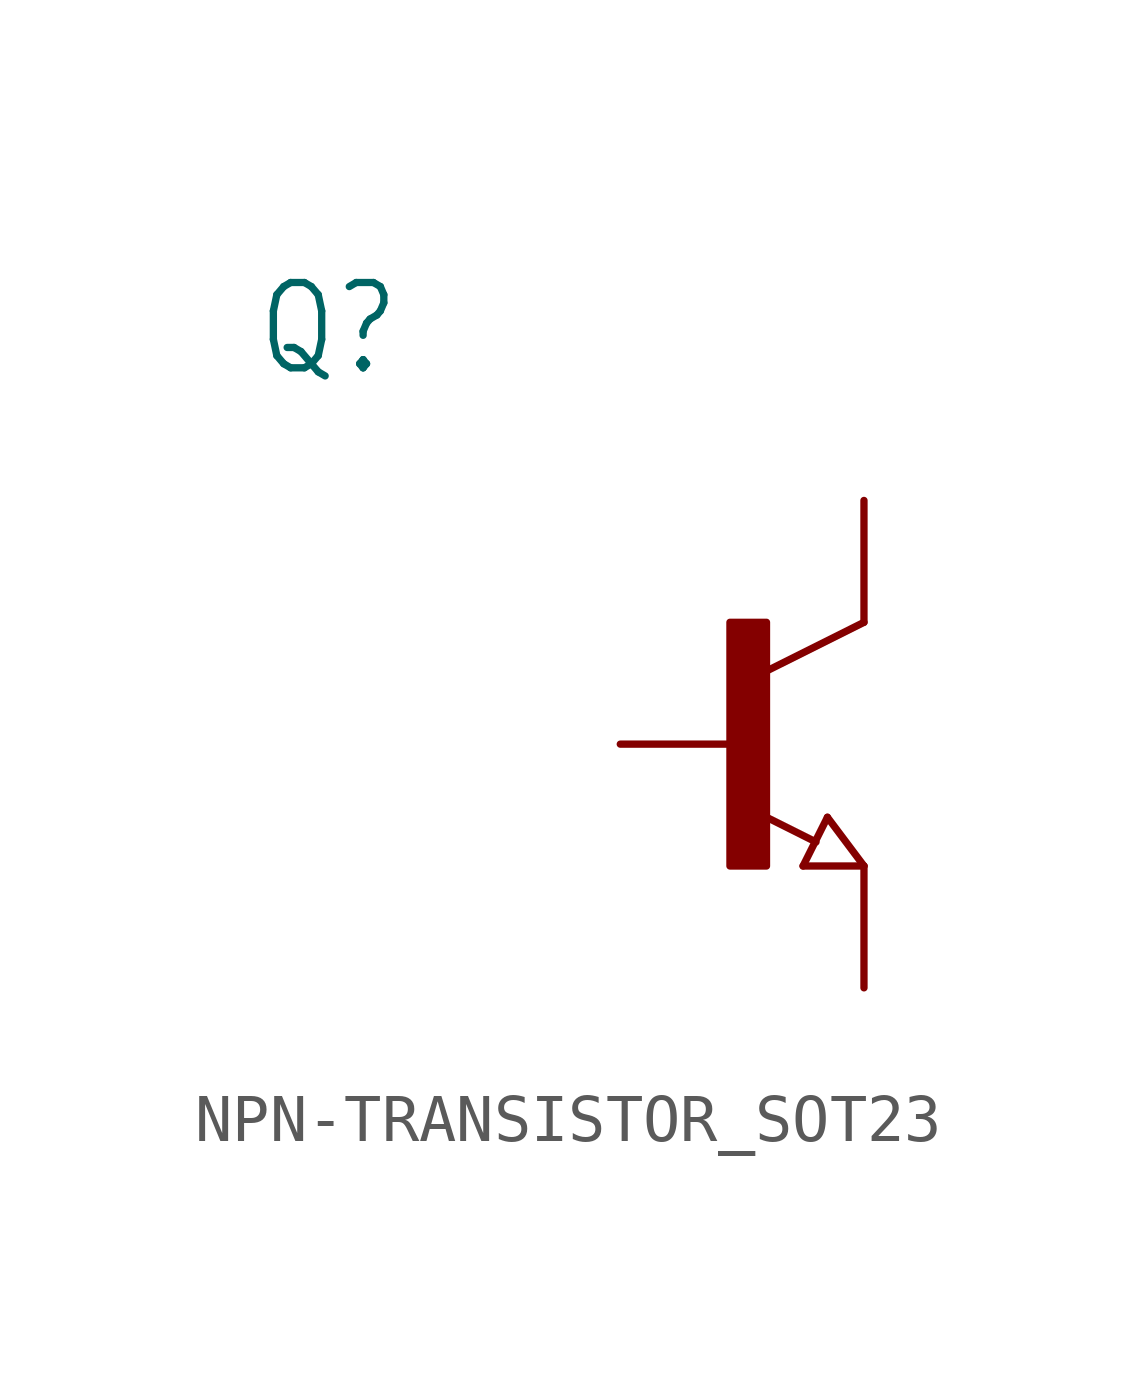
<source format=kicad_sym>
(kicad_symbol_lib
  (version 20231120)
  (generator "kicad_symbol_editor")
  (generator_version "8.0")
  (symbol "NPN-TRANSISTOR_SOT23"
    (property "Reference" "Q"
      (at -10.16 7.62 0)
      (effects (font (size 1.778 1.511)) (justify left bottom)))
    (property "Value" ""
      (at -10.16 5.08 0)
      (effects (font (size 1.778 1.511)) (justify left bottom)))
    (property "ki_locked" ""
      (at 0 0 0)
      (effects (font (size 1.27 1.27))))
    (symbol "NPN-TRANSISTOR_SOT23_1_0"
      (rectangle (start -0.254 -2.54) (end 0.508 2.54) (stroke (width 0) (type default)) (fill (type outline)))
      (polyline (pts (xy 1.27 -2.54) (xy 1.778 -1.524)) (stroke (width 0.152) (type solid)) (fill (type none)))
      (polyline (pts (xy 1.54 -2.04) (xy 0.308 -1.424)) (stroke (width 0.152) (type solid)) (fill (type none)))
      (polyline (pts (xy 1.778 -1.524) (xy 2.54 -2.54)) (stroke (width 0.152) (type solid)) (fill (type none)))
      (polyline (pts (xy 2.54 -2.54) (xy 1.27 -2.54)) (stroke (width 0.152) (type solid)) (fill (type none)))
      (polyline (pts (xy 2.54 2.54) (xy 0.508 1.524)) (stroke (width 0.152) (type solid)) (fill (type none)))
      (pin passive line (at -2.54 0 0) (length 2.54) (name "B" (effects (font (size 0 0)))) (number "1" (effects (font (size 0 0)))))
      (pin passive line (at 2.54 -5.08 90) (length 2.54) (name "E" (effects (font (size 0 0)))) (number "2" (effects (font (size 0 0)))))
      (pin passive line (at 2.54 5.08 270) (length 2.54) (name "C" (effects (font (size 0 0)))) (number "3" (effects (font (size 0 0))))))))
</source>
